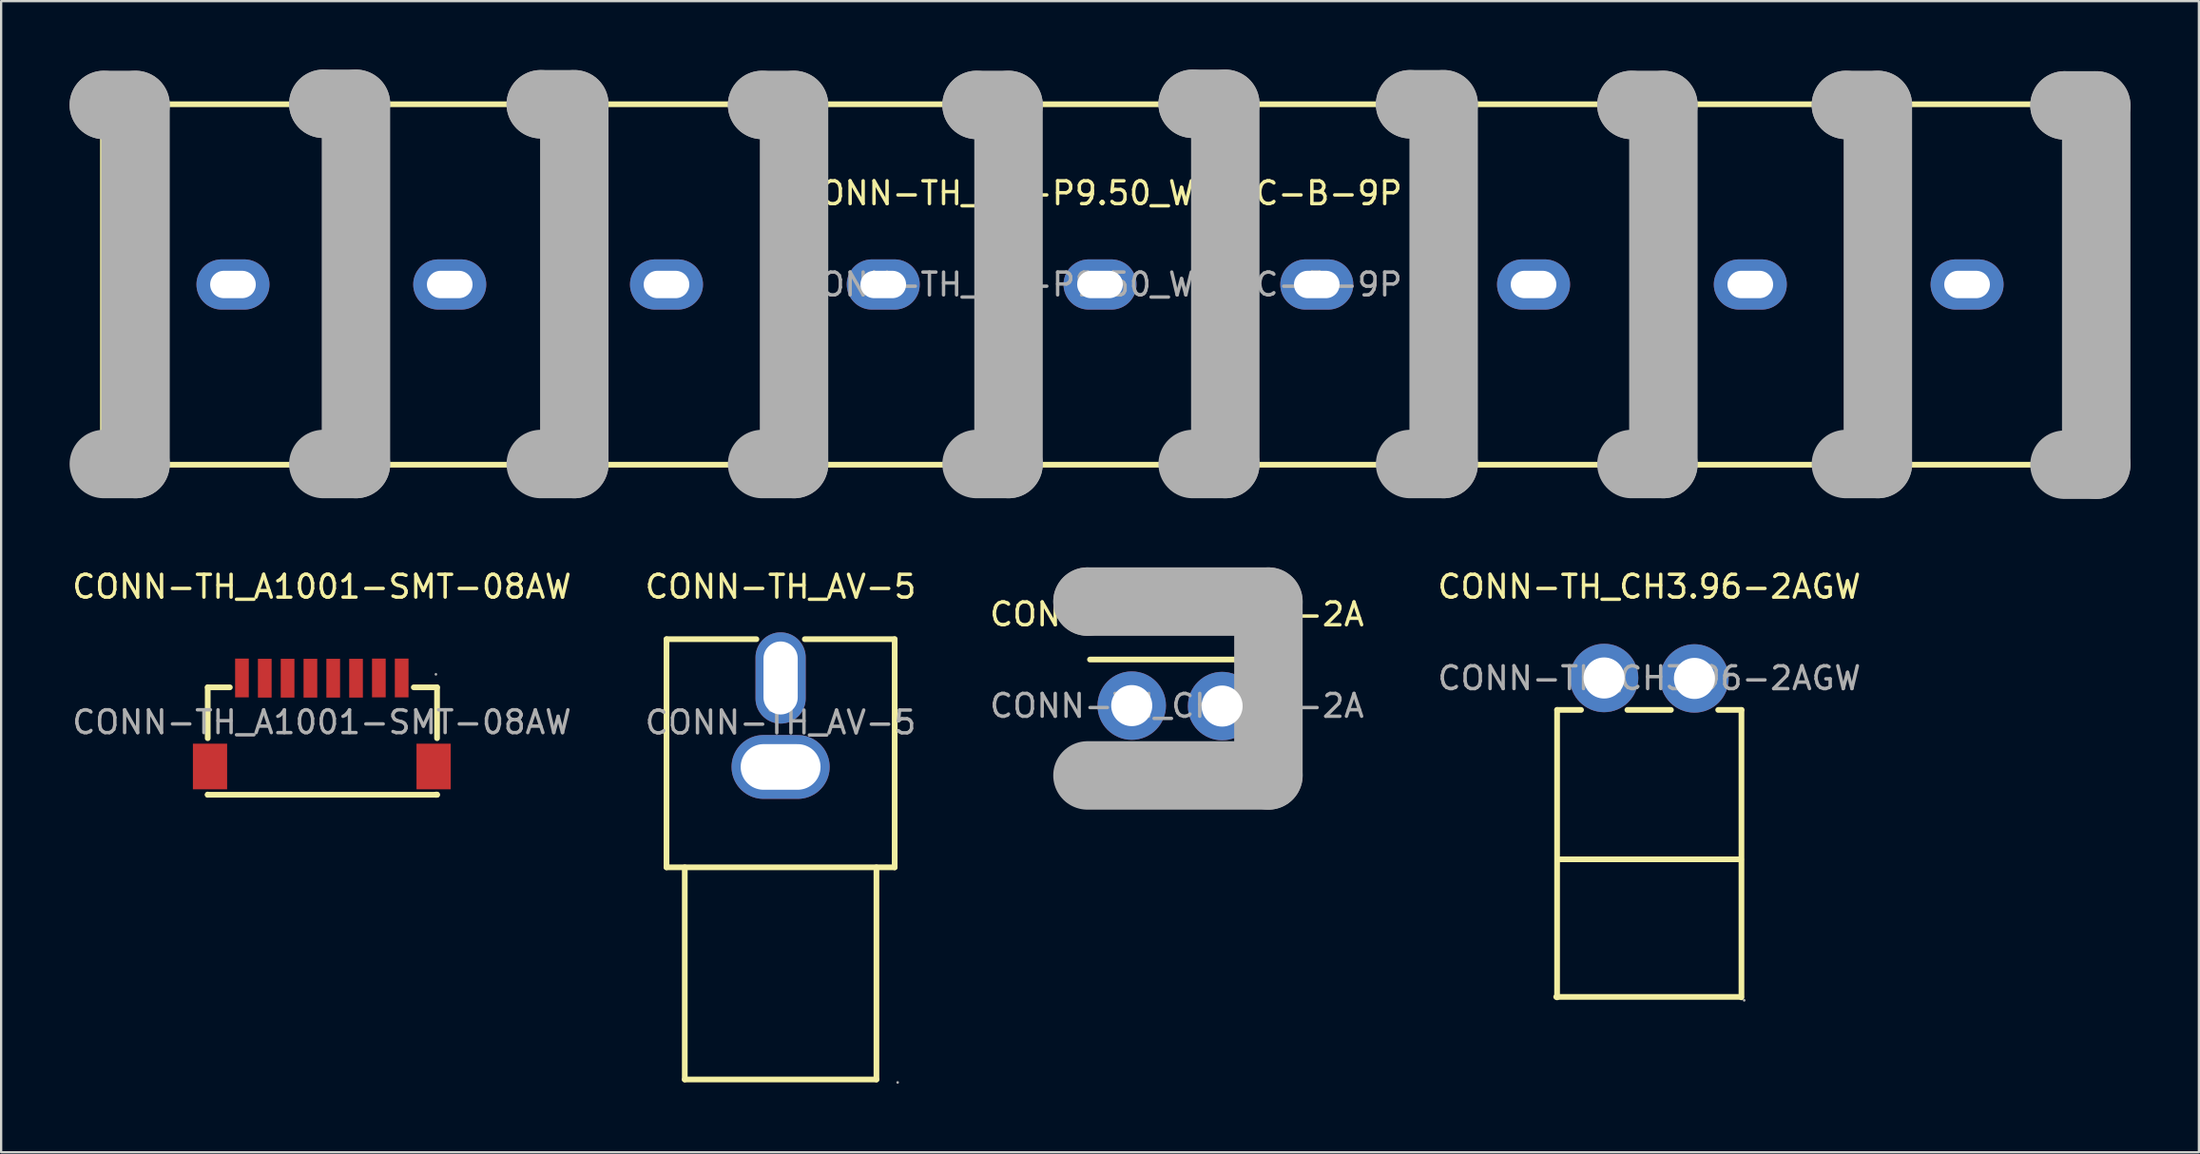
<source format=kicad_pcb>
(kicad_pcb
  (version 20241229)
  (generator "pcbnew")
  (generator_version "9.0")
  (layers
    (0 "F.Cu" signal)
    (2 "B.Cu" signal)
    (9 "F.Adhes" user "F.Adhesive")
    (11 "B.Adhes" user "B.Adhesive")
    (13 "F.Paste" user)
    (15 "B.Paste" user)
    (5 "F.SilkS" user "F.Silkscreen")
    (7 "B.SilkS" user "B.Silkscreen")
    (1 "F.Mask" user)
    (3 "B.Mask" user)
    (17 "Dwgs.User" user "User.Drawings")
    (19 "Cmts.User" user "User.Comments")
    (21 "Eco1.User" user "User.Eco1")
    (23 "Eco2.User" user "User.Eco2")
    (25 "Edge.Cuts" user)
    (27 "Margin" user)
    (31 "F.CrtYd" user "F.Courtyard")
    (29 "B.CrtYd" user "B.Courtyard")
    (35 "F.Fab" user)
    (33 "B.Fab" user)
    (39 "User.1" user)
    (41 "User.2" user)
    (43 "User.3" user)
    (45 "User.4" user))
  (footprint "CONN-TH_CH3.96-2A"
    (layer "F.Cu")
    (at 48.53 27.89)
    (property "Reference" "CONN-TH_CH3.96-2A" (at 0 -4.01 0) (layer "F.SilkS") (effects (font (size 1 1) (thickness 0.15))))
    (attr through_hole)
    (fp_line (start -3.81 -2.03) (end 3.81 -2.03) (stroke (width 0.25) (type solid)) (layer "F.SilkS"))
    (fp_line (start -3.92 -4.57) (end -3.92 -4.57) (stroke (width 3) (type solid)) (layer "F.Fab"))
    (fp_line (start -3.92 -4.57) (end 4.01 -4.57) (stroke (width 3) (type solid)) (layer "F.Fab"))
    (fp_line (start 4.01 -4.57) (end 4.01 3.05) (stroke (width 3) (type solid)) (layer "F.Fab"))
    (fp_line (start 4.01 3.05) (end -3.92 3.05) (stroke (width 3) (type solid)) (layer "F.Fab"))
    (fp_circle (center -1.98 -0.01) (end -1.58 -0.01) (stroke (width 0.8) (type solid)) (fill no) (layer "F.Fab"))
    (fp_circle (center 1.98 0.01) (end 2.38 0.01) (stroke (width 0.8) (type solid)) (fill no) (layer "F.Fab"))
    (fp_circle (center 4.13 3.18) (end 4.16 3.18) (stroke (width 0.06) (type solid)) (fill no) (layer "F.Fab"))
    (fp_text user "${REFERENCE}" (at 0 0 0) (layer "F.Fab") (effects (font (size 1 1) (thickness 0.15))))
    (pad "1" thru_hole circle (at 1.98 0.01) (size 3 3) (drill 1.8) (layers "*.Cu" "*.Paste" "*.Mask"))
    (pad "2" thru_hole circle (at -1.98 -0.01) (size 3 3) (drill 1.8) (layers "*.Cu" "*.Paste" "*.Mask")))
  (footprint "CONN-TH_CH3.96-2AGW"
    (layer "F.Cu")
    (at 69.232 26.678)
    (property "Reference" "CONN-TH_CH3.96-2AGW" (at 0 -4.01 0) (layer "F.SilkS") (effects (font (size 1 1) (thickness 0.15))))
    (attr through_hole)
    (fp_line (start -4.04 13.99) (end -4.04 1.39) (stroke (width 0.25) (type solid)) (layer "F.SilkS"))
    (fp_line (start -2.99 1.39) (end -4.04 1.39) (stroke (width 0.25) (type solid)) (layer "F.SilkS"))
    (fp_line (start 0.95 1.39) (end -0.96 1.39) (stroke (width 0.25) (type solid)) (layer "F.SilkS"))
    (fp_line (start 4.02 7.94) (end -3.9 7.94) (stroke (width 0.25) (type solid)) (layer "F.SilkS"))
    (fp_line (start 4.02 13.97) (end -4.08 13.97) (stroke (width 0.25) (type solid)) (layer "F.SilkS"))
    (fp_line (start 4.04 1.39) (end 3.02 1.39) (stroke (width 0.25) (type solid)) (layer "F.SilkS"))
    (fp_line (start 4.04 13.99) (end 4.04 1.39) (stroke (width 0.25) (type solid)) (layer "F.SilkS"))
    (fp_circle (center -1.98 -0.01) (end -1.58 -0.01) (stroke (width 0.8) (type solid)) (fill no) (layer "F.Fab"))
    (fp_circle (center 1.98 0.01) (end 2.38 0.01) (stroke (width 0.8) (type solid)) (fill no) (layer "F.Fab"))
    (fp_circle (center 4.16 14.12) (end 4.19 14.12) (stroke (width 0.06) (type solid)) (fill no) (layer "F.Fab"))
    (fp_text user "${REFERENCE}" (at 0 0 0) (layer "F.Fab") (effects (font (size 1 1) (thickness 0.15))))
    (pad "1" thru_hole circle (at 1.98 0.01 180) (size 3 3) (drill 1.8) (layers "*.Cu" "*.Paste" "*.Mask"))
    (pad "2" thru_hole circle (at -1.98 -0.01 180) (size 3 3) (drill 1.8) (layers "*.Cu" "*.Paste" "*.Mask")))
  (footprint "CONN-TH_A1001-SMT-08AW"
    (layer "F.Cu")
    (at 11.054 28.608)
    (property "Reference" "CONN-TH_A1001-SMT-08AW" (at 0 -5.94 0) (layer "F.SilkS") (effects (font (size 1 1) (thickness 0.15))))
    (attr through_hole)
    (fp_line (start -5 -1.53) (end -4.03 -1.53) (stroke (width 0.25) (type solid)) (layer "F.SilkS"))
    (fp_line (start -5 0.7) (end -5 -1.53) (stroke (width 0.25) (type solid)) (layer "F.SilkS"))
    (fp_line (start -5 3.17) (end -5 3.18) (stroke (width 0.25) (type solid)) (layer "F.SilkS"))
    (fp_line (start -5 3.18) (end 5 3.18) (stroke (width 0.25) (type solid)) (layer "F.SilkS"))
    (fp_line (start 4.03 -1.53) (end 5.05 -1.53) (stroke (width 0.25) (type solid)) (layer "F.SilkS"))
    (fp_line (start 5 3.18) (end 5 3.17) (stroke (width 0.25) (type solid)) (layer "F.SilkS"))
    (fp_line (start 5.05 -1.53) (end 5.05 0.7) (stroke (width 0.25) (type solid)) (layer "F.SilkS"))
    (fp_line (start 5.05 3.17) (end 5.05 3.18) (stroke (width 0.25) (type solid)) (layer "F.SilkS"))
    (fp_line (start 5.05 3.18) (end 5 3.18) (stroke (width 0.25) (type solid)) (layer "F.SilkS"))
    (fp_circle (center 5 -2.1) (end 5.03 -2.1) (stroke (width 0.06) (type solid)) (fill no) (layer "F.Fab"))
    (fp_text user "${REFERENCE}" (at 0 0 0) (layer "F.Fab") (effects (font (size 1 1) (thickness 0.15))))
    (pad "1" smd rect (at 3.5 -1.94) (size 0.6 1.7) (layers "F.Cu" "F.Mask" "F.Paste"))
    (pad "2" smd rect (at 2.5 -1.94) (size 0.6 1.7) (layers "F.Cu" "F.Mask" "F.Paste"))
    (pad "3" smd rect (at 1.5 -1.93) (size 0.6 1.7) (layers "F.Cu" "F.Mask" "F.Paste"))
    (pad "4" smd rect (at 0.5 -1.93) (size 0.6 1.7) (layers "F.Cu" "F.Mask" "F.Paste"))
    (pad "5" smd rect (at -0.5 -1.93) (size 0.6 1.7) (layers "F.Cu" "F.Mask" "F.Paste"))
    (pad "6" smd rect (at -1.5 -1.93) (size 0.6 1.7) (layers "F.Cu" "F.Mask" "F.Paste"))
    (pad "7" smd rect (at -2.5 -1.93) (size 0.6 1.7) (layers "F.Cu" "F.Mask" "F.Paste"))
    (pad "8" smd rect (at -3.5 -1.94) (size 0.6 1.7) (layers "F.Cu" "F.Mask" "F.Paste"))
    (pad "9" smd rect (at -4.9 1.94) (size 1.5 2) (layers "F.Cu" "F.Mask" "F.Paste"))
    (pad "10" smd rect (at 4.9 1.94) (size 1.5 2) (layers "F.Cu" "F.Mask" "F.Paste")))
  (footprint "CONN-TH_9P-P9.50_WJ45C-B-9P"
    (layer "F.Cu")
    (at 45.16 9.42)
    (property "Reference" "CONN-TH_9P-P9.50_WJ45C-B-9P" (at 0 -4 0) (layer "F.SilkS") (effects (font (size 1 1) (thickness 0.15))))
    (attr through_hole)
    (fp_line (start -43.7 -7.9) (end -43.7 7.9) (stroke (width 0.25) (type solid)) (layer "F.SilkS"))
    (fp_line (start -43.7 -7.9) (end 43.7 -7.9) (stroke (width 0.25) (type solid)) (layer "F.SilkS"))
    (fp_line (start -43.7 7.9) (end 43.7 7.9) (stroke (width 0.25) (type solid)) (layer "F.SilkS"))
    (fp_line (start 43.7 -7.9) (end 43.7 7.9) (stroke (width 0.25) (type solid)) (layer "F.SilkS"))
    (fp_line (start -43.66 -7.87) (end -43.66 -7.87) (stroke (width 3) (type solid)) (layer "F.Fab"))
    (fp_line (start -43.66 -7.87) (end -42.27 -7.87) (stroke (width 3) (type solid)) (layer "F.Fab"))
    (fp_line (start -42.27 -7.87) (end -42.27 7.87) (stroke (width 3) (type solid)) (layer "F.Fab"))
    (fp_line (start -42.27 7.87) (end -43.66 7.87) (stroke (width 3) (type solid)) (layer "F.Fab"))
    (fp_line (start -34.04 -7.92) (end -34.04 -7.92) (stroke (width 3) (type solid)) (layer "F.Fab"))
    (fp_line (start -34.04 -7.92) (end -32.61 -7.92) (stroke (width 3) (type solid)) (layer "F.Fab"))
    (fp_line (start -32.61 -7.92) (end -32.61 7.87) (stroke (width 3) (type solid)) (layer "F.Fab"))
    (fp_line (start -32.61 7.87) (end -34.04 7.87) (stroke (width 3) (type solid)) (layer "F.Fab"))
    (fp_line (start -24.51 -7.9) (end -24.51 -7.9) (stroke (width 3) (type solid)) (layer "F.Fab"))
    (fp_line (start -24.51 -7.9) (end -23.04 -7.9) (stroke (width 3) (type solid)) (layer "F.Fab"))
    (fp_line (start -23.04 -7.9) (end -23.04 7.87) (stroke (width 3) (type solid)) (layer "F.Fab"))
    (fp_line (start -23.04 7.87) (end -24.51 7.87) (stroke (width 3) (type solid)) (layer "F.Fab"))
    (fp_line (start -14.81 -7.87) (end -14.81 -7.87) (stroke (width 3) (type solid)) (layer "F.Fab"))
    (fp_line (start -14.81 -7.87) (end -13.41 -7.87) (stroke (width 3) (type solid)) (layer "F.Fab"))
    (fp_line (start -13.41 -7.87) (end -13.41 7.87) (stroke (width 3) (type solid)) (layer "F.Fab"))
    (fp_line (start -13.41 7.87) (end -14.81 7.87) (stroke (width 3) (type solid)) (layer "F.Fab"))
    (fp_line (start -5.41 -7.87) (end -5.41 -7.87) (stroke (width 3) (type solid)) (layer "F.Fab"))
    (fp_line (start -5.41 -7.87) (end -4.01 -7.87) (stroke (width 3) (type solid)) (layer "F.Fab"))
    (fp_line (start -4.01 -7.87) (end -4.01 7.87) (stroke (width 3) (type solid)) (layer "F.Fab"))
    (fp_line (start -4.01 7.87) (end -5.41 7.87) (stroke (width 3) (type solid)) (layer "F.Fab"))
    (fp_line (start 4.06 -7.92) (end 4.06 -7.92) (stroke (width 3) (type solid)) (layer "F.Fab"))
    (fp_line (start 4.06 -7.92) (end 5.49 -7.92) (stroke (width 3) (type solid)) (layer "F.Fab"))
    (fp_line (start 5.49 -7.92) (end 5.49 7.87) (stroke (width 3) (type solid)) (layer "F.Fab"))
    (fp_line (start 5.49 7.87) (end 4.06 7.87) (stroke (width 3) (type solid)) (layer "F.Fab"))
    (fp_line (start 13.59 -7.9) (end 13.59 -7.9) (stroke (width 3) (type solid)) (layer "F.Fab"))
    (fp_line (start 13.59 -7.9) (end 15.06 -7.9) (stroke (width 3) (type solid)) (layer "F.Fab"))
    (fp_line (start 15.06 -7.9) (end 15.06 7.87) (stroke (width 3) (type solid)) (layer "F.Fab"))
    (fp_line (start 15.06 7.87) (end 13.59 7.87) (stroke (width 3) (type solid)) (layer "F.Fab"))
    (fp_line (start 23.29 -7.87) (end 23.29 -7.87) (stroke (width 3) (type solid)) (layer "F.Fab"))
    (fp_line (start 23.29 -7.87) (end 24.69 -7.87) (stroke (width 3) (type solid)) (layer "F.Fab"))
    (fp_line (start 24.69 -7.87) (end 24.69 7.87) (stroke (width 3) (type solid)) (layer "F.Fab"))
    (fp_line (start 24.69 7.87) (end 23.29 7.87) (stroke (width 3) (type solid)) (layer "F.Fab"))
    (fp_line (start 32.69 -7.87) (end 32.69 -7.87) (stroke (width 3) (type solid)) (layer "F.Fab"))
    (fp_line (start 32.69 -7.87) (end 34.09 -7.87) (stroke (width 3) (type solid)) (layer "F.Fab"))
    (fp_line (start 34.09 -7.87) (end 34.09 7.87) (stroke (width 3) (type solid)) (layer "F.Fab"))
    (fp_line (start 34.09 7.87) (end 32.69 7.87) (stroke (width 3) (type solid)) (layer "F.Fab"))
    (fp_line (start 42.27 -7.85) (end 42.27 -7.85) (stroke (width 3) (type solid)) (layer "F.Fab"))
    (fp_line (start 42.27 -7.85) (end 43.66 -7.85) (stroke (width 3) (type solid)) (layer "F.Fab"))
    (fp_line (start 43.66 -7.85) (end 43.66 7.9) (stroke (width 3) (type solid)) (layer "F.Fab"))
    (fp_line (start 43.66 7.9) (end 42.27 7.9) (stroke (width 3) (type solid)) (layer "F.Fab"))
    (fp_circle (center -43.83 8.03) (end -43.8 8.03) (stroke (width 0.06) (type solid)) (fill no) (layer "F.Fab"))
    (fp_text user "${REFERENCE}" (at 0 0 0) (layer "F.Fab") (effects (font (size 1 1) (thickness 0.15))))
    (pad "1" thru_hole oval (at -38 0) (size 3.2 2.2) (drill oval 2 1.2) (layers "*.Cu" "*.Paste" "*.Mask"))
    (pad "2" thru_hole oval (at -28.5 0) (size 3.2 2.2) (drill oval 2 1.2) (layers "*.Cu" "*.Paste" "*.Mask"))
    (pad "3" thru_hole oval (at -19 0) (size 3.2 2.2) (drill oval 2 1.2) (layers "*.Cu" "*.Paste" "*.Mask"))
    (pad "4" thru_hole oval (at -9.5 0) (size 3.2 2.2) (drill oval 2 1.2) (layers "*.Cu" "*.Paste" "*.Mask"))
    (pad "5" thru_hole oval (at 0 0) (size 3.2 2.2) (drill oval 2 1.2) (layers "*.Cu" "*.Paste" "*.Mask"))
    (pad "6" thru_hole oval (at 9.5 0) (size 3.2 2.2) (drill oval 2 1.2) (layers "*.Cu" "*.Paste" "*.Mask"))
    (pad "7" thru_hole oval (at 19 0) (size 3.2 2.2) (drill oval 2 1.2) (layers "*.Cu" "*.Paste" "*.Mask"))
    (pad "8" thru_hole oval (at 28.5 0) (size 3.2 2.2) (drill oval 2 1.2) (layers "*.Cu" "*.Paste" "*.Mask"))
    (pad "9" thru_hole oval (at 38 0) (size 3.2 2.2) (drill oval 2 1.2) (layers "*.Cu" "*.Paste" "*.Mask")))
  (footprint "CONN-TH_AV-5"
    (layer "F.Cu")
    (at 31.161 28.618)
    (property "Reference" "CONN-TH_AV-5" (at 0 -5.95 0) (layer "F.SilkS") (effects (font (size 1 1) (thickness 0.15))))
    (attr through_hole)
    (fp_line (start -5 -3.65) (end -1.06 -3.65) (stroke (width 0.25) (type solid)) (layer "F.SilkS"))
    (fp_line (start -5 6.35) (end -5 -3.65) (stroke (width 0.25) (type solid)) (layer "F.SilkS"))
    (fp_line (start -5 6.35) (end 5 6.35) (stroke (width 0.25) (type solid)) (layer "F.SilkS"))
    (fp_line (start -4.2 6.35) (end -4.2 15.65) (stroke (width 0.25) (type solid)) (layer "F.SilkS"))
    (fp_line (start -4.2 15.65) (end 4.2 15.65) (stroke (width 0.25) (type solid)) (layer "F.SilkS"))
    (fp_line (start 1.06 -3.65) (end 5 -3.65) (stroke (width 0.25) (type solid)) (layer "F.SilkS"))
    (fp_line (start 4.2 6.35) (end 4.2 15.65) (stroke (width 0.25) (type solid)) (layer "F.SilkS"))
    (fp_line (start 5 -3.65) (end 5 6.35) (stroke (width 0.25) (type solid)) (layer "F.SilkS"))
    (fp_circle (center 5.13 15.78) (end 5.16 15.78) (stroke (width 0.06) (type solid)) (fill no) (layer "F.Fab"))
    (fp_text user "${REFERENCE}" (at 0 0 0) (layer "F.Fab") (effects (font (size 1 1) (thickness 0.15))))
    (pad "1" thru_hole oval (at 0 1.95) (size 4.3 2.8) (drill oval 3.5 2) (layers "*.Cu" "*.Paste" "*.Mask"))
    (pad "2" thru_hole oval (at 0 -1.95 90) (size 4 2.2) (drill oval 3.2 1.5) (layers "*.Cu" "*.Paste" "*.Mask")))
  (gr_rect
    (start -3 -3)
    (end 93.32 47.458)
    (stroke (width 0.1) (type default))
    (fill no)
    (layer "Edge.Cuts")))
</source>
